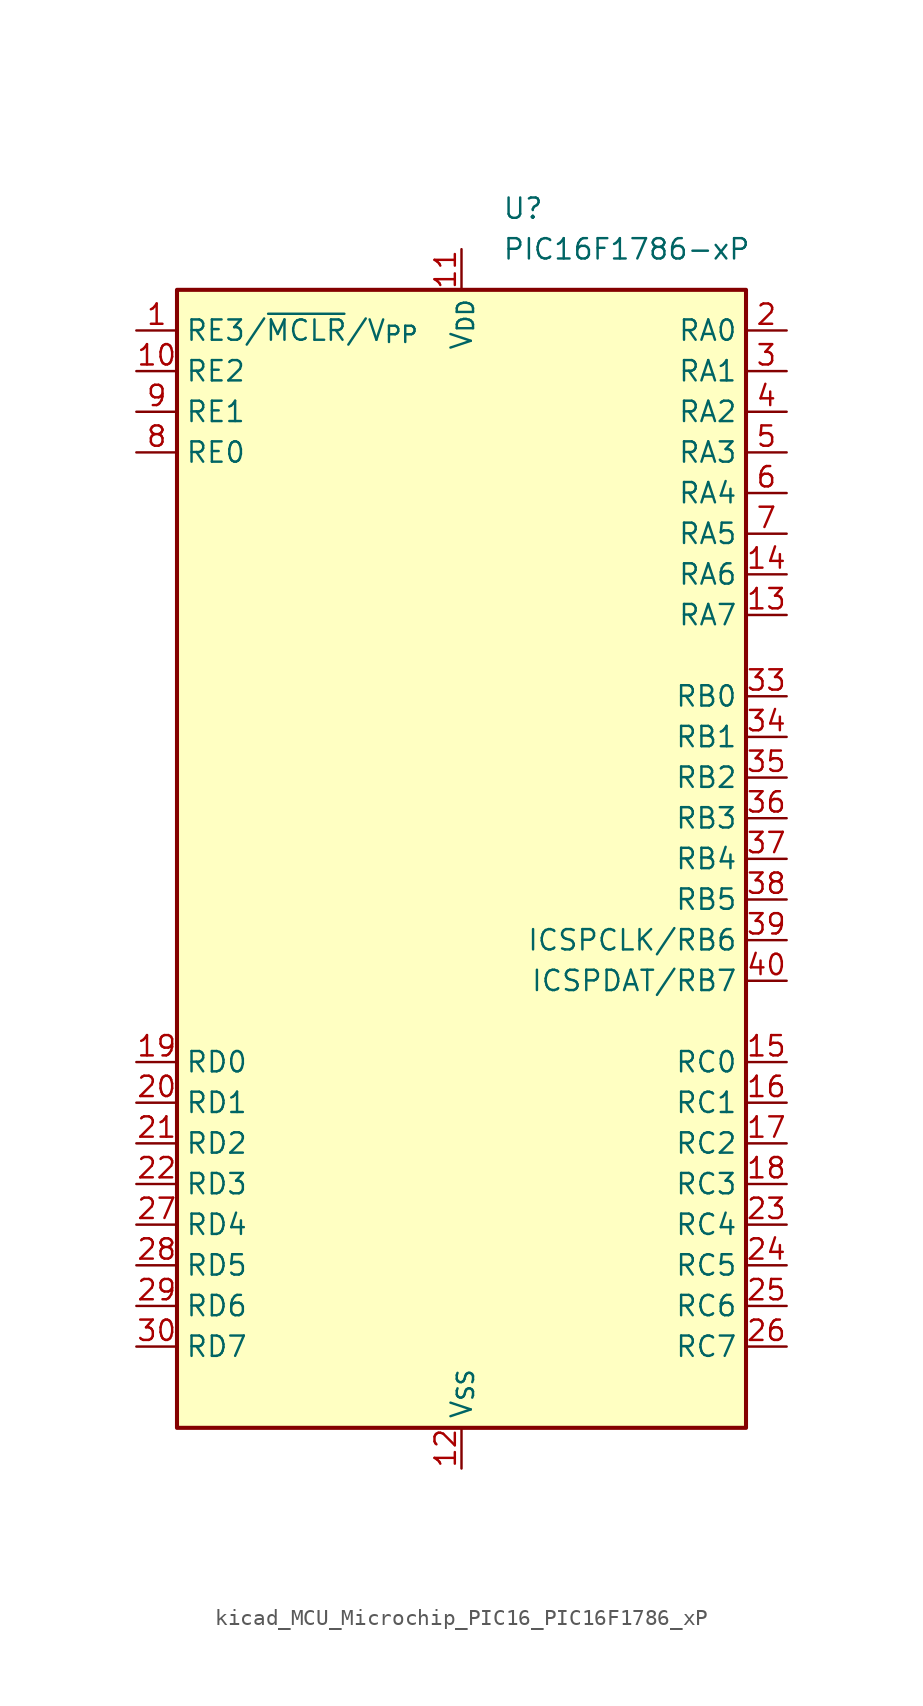
<source format=kicad_sym>
(kicad_symbol_lib
  (version 20220914)
  (generator kicad_symbol_editor)
  (symbol "kicad_MCU_Microchip_PIC16_PIC16F1786_xP"
    (property "Reference" "U"
      (at 2.54 40.64 0)
      (effects (font (size 1.27 1.27)) (justify left)))
    (property "Value" "PIC16F1786-xP"
      (at 2.54 38.1 0)
      (effects (font (size 1.27 1.27)) (justify left)))
    (symbol "kicad_MCU_Microchip_PIC16_PIC16F1786_xP_0_1"
      (rectangle (start -17.78 35.56) (end 17.78 -35.56) (stroke (width 0.254) (type default)) (fill (type background))))
    (symbol "kicad_MCU_Microchip_PIC16_PIC16F1786_xP_1_1"
      (pin input line (at -20.32 33.02 0) (length 2.54) (name "RE3/~{MCLR}/V_{PP}" (effects (font (size 1.27 1.27)))) (number "1" (effects (font (size 1.27 1.27)))))
      (pin bidirectional line (at -20.32 30.48 0) (length 2.54) (name "RE2" (effects (font (size 1.27 1.27)))) (number "10" (effects (font (size 1.27 1.27)))))
      (pin power_in line (at 0 38.1 270) (length 2.54) (name "V_{DD}" (effects (font (size 1.27 1.27)))) (number "11" (effects (font (size 1.27 1.27)))))
      (pin power_in line (at 0 -38.1 90) (length 2.54) (name "V_{SS}" (effects (font (size 1.27 1.27)))) (number "12" (effects (font (size 1.27 1.27)))))
      (pin bidirectional line (at 20.32 15.24 180) (length 2.54) (name "RA7" (effects (font (size 1.27 1.27)))) (number "13" (effects (font (size 1.27 1.27)))))
      (pin bidirectional line (at 20.32 17.78 180) (length 2.54) (name "RA6" (effects (font (size 1.27 1.27)))) (number "14" (effects (font (size 1.27 1.27)))))
      (pin bidirectional line (at 20.32 -12.7 180) (length 2.54) (name "RC0" (effects (font (size 1.27 1.27)))) (number "15" (effects (font (size 1.27 1.27)))))
      (pin bidirectional line (at 20.32 -15.24 180) (length 2.54) (name "RC1" (effects (font (size 1.27 1.27)))) (number "16" (effects (font (size 1.27 1.27)))))
      (pin bidirectional line (at 20.32 -17.78 180) (length 2.54) (name "RC2" (effects (font (size 1.27 1.27)))) (number "17" (effects (font (size 1.27 1.27)))))
      (pin bidirectional line (at 20.32 -20.32 180) (length 2.54) (name "RC3" (effects (font (size 1.27 1.27)))) (number "18" (effects (font (size 1.27 1.27)))))
      (pin bidirectional line (at -20.32 -12.7 0) (length 2.54) (name "RD0" (effects (font (size 1.27 1.27)))) (number "19" (effects (font (size 1.27 1.27)))))
      (pin bidirectional line (at 20.32 33.02 180) (length 2.54) (name "RA0" (effects (font (size 1.27 1.27)))) (number "2" (effects (font (size 1.27 1.27)))))
      (pin bidirectional line (at -20.32 -15.24 0) (length 2.54) (name "RD1" (effects (font (size 1.27 1.27)))) (number "20" (effects (font (size 1.27 1.27)))))
      (pin bidirectional line (at -20.32 -17.78 0) (length 2.54) (name "RD2" (effects (font (size 1.27 1.27)))) (number "21" (effects (font (size 1.27 1.27)))))
      (pin bidirectional line (at -20.32 -20.32 0) (length 2.54) (name "RD3" (effects (font (size 1.27 1.27)))) (number "22" (effects (font (size 1.27 1.27)))))
      (pin bidirectional line (at 20.32 -22.86 180) (length 2.54) (name "RC4" (effects (font (size 1.27 1.27)))) (number "23" (effects (font (size 1.27 1.27)))))
      (pin bidirectional line (at 20.32 -25.4 180) (length 2.54) (name "RC5" (effects (font (size 1.27 1.27)))) (number "24" (effects (font (size 1.27 1.27)))))
      (pin bidirectional line (at 20.32 -27.94 180) (length 2.54) (name "RC6" (effects (font (size 1.27 1.27)))) (number "25" (effects (font (size 1.27 1.27)))))
      (pin bidirectional line (at 20.32 -30.48 180) (length 2.54) (name "RC7" (effects (font (size 1.27 1.27)))) (number "26" (effects (font (size 1.27 1.27)))))
      (pin bidirectional line (at -20.32 -22.86 0) (length 2.54) (name "RD4" (effects (font (size 1.27 1.27)))) (number "27" (effects (font (size 1.27 1.27)))))
      (pin bidirectional line (at -20.32 -25.4 0) (length 2.54) (name "RD5" (effects (font (size 1.27 1.27)))) (number "28" (effects (font (size 1.27 1.27)))))
      (pin bidirectional line (at -20.32 -27.94 0) (length 2.54) (name "RD6" (effects (font (size 1.27 1.27)))) (number "29" (effects (font (size 1.27 1.27)))))
      (pin bidirectional line (at 20.32 30.48 180) (length 2.54) (name "RA1" (effects (font (size 1.27 1.27)))) (number "3" (effects (font (size 1.27 1.27)))))
      (pin bidirectional line (at -20.32 -30.48 0) (length 2.54) (name "RD7" (effects (font (size 1.27 1.27)))) (number "30" (effects (font (size 1.27 1.27)))))
      (pin passive line (at 0 -38.1 90) (length 2.54) hide (name "V_{SS}" (effects (font (size 1.27 1.27)))) (number "31" (effects (font (size 1.27 1.27)))))
      (pin passive line (at 0 38.1 270) (length 2.54) hide (name "V_{DD}" (effects (font (size 1.27 1.27)))) (number "32" (effects (font (size 1.27 1.27)))))
      (pin bidirectional line (at 20.32 10.16 180) (length 2.54) (name "RB0" (effects (font (size 1.27 1.27)))) (number "33" (effects (font (size 1.27 1.27)))))
      (pin bidirectional line (at 20.32 7.62 180) (length 2.54) (name "RB1" (effects (font (size 1.27 1.27)))) (number "34" (effects (font (size 1.27 1.27)))))
      (pin bidirectional line (at 20.32 5.08 180) (length 2.54) (name "RB2" (effects (font (size 1.27 1.27)))) (number "35" (effects (font (size 1.27 1.27)))))
      (pin bidirectional line (at 20.32 2.54 180) (length 2.54) (name "RB3" (effects (font (size 1.27 1.27)))) (number "36" (effects (font (size 1.27 1.27)))))
      (pin bidirectional line (at 20.32 0 180) (length 2.54) (name "RB4" (effects (font (size 1.27 1.27)))) (number "37" (effects (font (size 1.27 1.27)))))
      (pin bidirectional line (at 20.32 -2.54 180) (length 2.54) (name "RB5" (effects (font (size 1.27 1.27)))) (number "38" (effects (font (size 1.27 1.27)))))
      (pin bidirectional line (at 20.32 -5.08 180) (length 2.54) (name "ICSPCLK/RB6" (effects (font (size 1.27 1.27)))) (number "39" (effects (font (size 1.27 1.27)))))
      (pin bidirectional line (at 20.32 27.94 180) (length 2.54) (name "RA2" (effects (font (size 1.27 1.27)))) (number "4" (effects (font (size 1.27 1.27)))))
      (pin bidirectional line (at 20.32 -7.62 180) (length 2.54) (name "ICSPDAT/RB7" (effects (font (size 1.27 1.27)))) (number "40" (effects (font (size 1.27 1.27)))))
      (pin bidirectional line (at 20.32 25.4 180) (length 2.54) (name "RA3" (effects (font (size 1.27 1.27)))) (number "5" (effects (font (size 1.27 1.27)))))
      (pin bidirectional line (at 20.32 22.86 180) (length 2.54) (name "RA4" (effects (font (size 1.27 1.27)))) (number "6" (effects (font (size 1.27 1.27)))))
      (pin bidirectional line (at 20.32 20.32 180) (length 2.54) (name "RA5" (effects (font (size 1.27 1.27)))) (number "7" (effects (font (size 1.27 1.27)))))
      (pin bidirectional line (at -20.32 25.4 0) (length 2.54) (name "RE0" (effects (font (size 1.27 1.27)))) (number "8" (effects (font (size 1.27 1.27)))))
      (pin bidirectional line (at -20.32 27.94 0) (length 2.54) (name "RE1" (effects (font (size 1.27 1.27)))) (number "9" (effects (font (size 1.27 1.27))))))))
</source>
